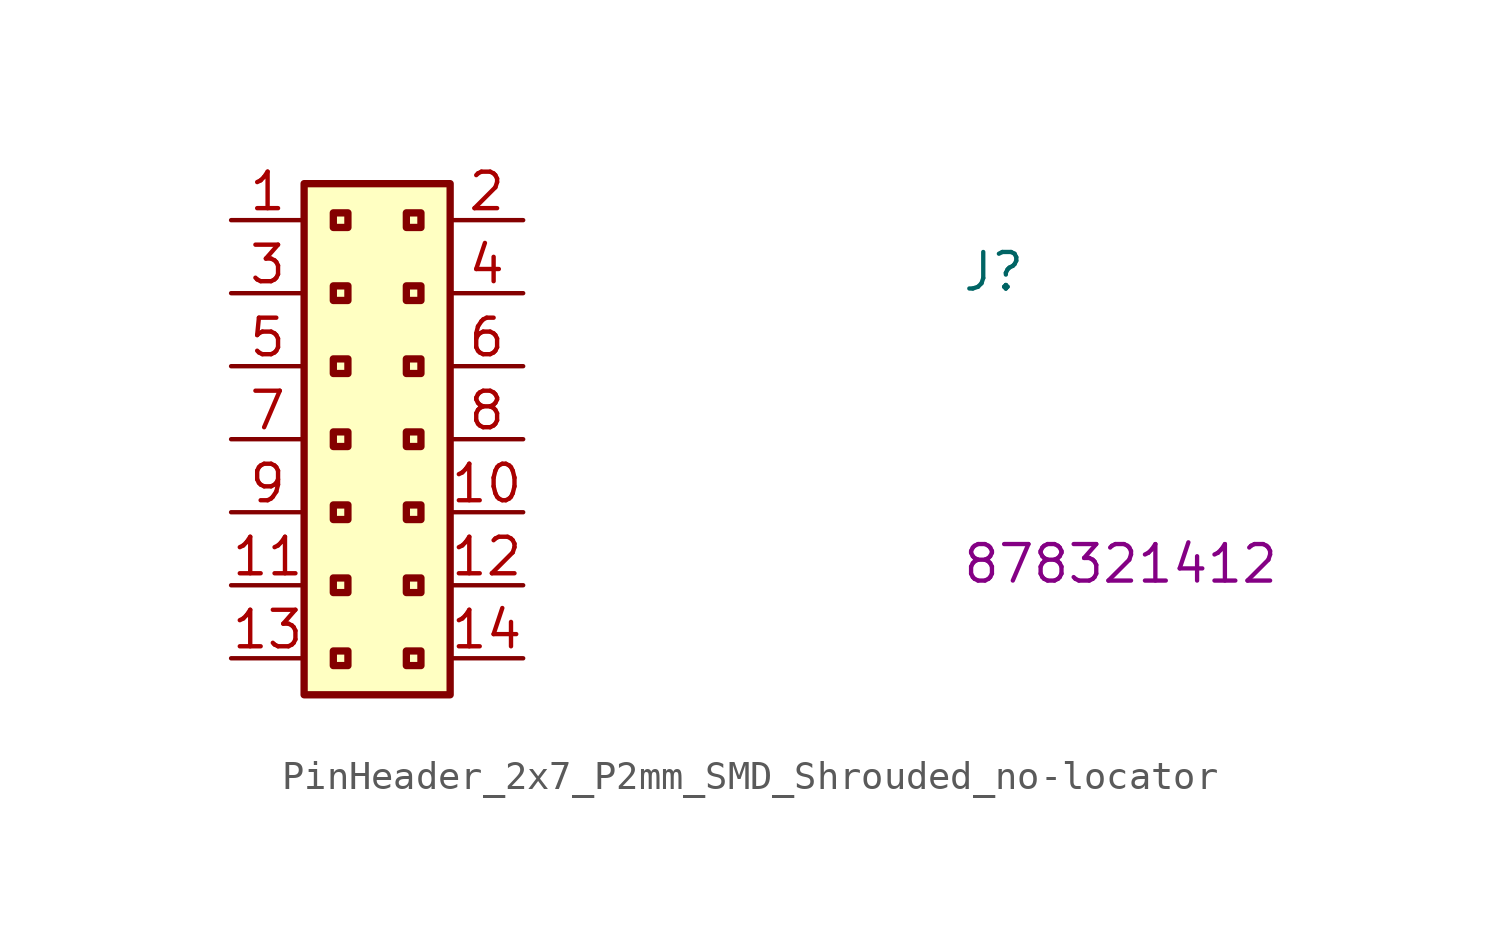
<source format=kicad_sym>
(kicad_symbol_lib
  (version 20211014)
  (generator kicad_symbol_editor)
  (symbol "PinHeader_2x7_P2mm_SMD_Shrouded_no-locator"
    (property "Reference" "J"
      (at 25.4 -2.54 0)
      (effects (font (size 1.27 1.27) (thickness 0.15)) (justify left bottom)))
    (property "MPN" "878321412"
      (at 25.4 -12.7 0)
      (effects (font (size 1.27 1.27) (thickness 0.15)) (justify left bottom)))
    (symbol "PinHeader_2x7_P2mm_SMD_Shrouded_no-locator_1_1"
      (rectangle (start 2.54 1.27) (end 7.62 -16.51) (stroke (width 0.254) (type default) (color 0 0 0 0)) (fill (type background)))
      (rectangle (start 3.556 -14.986) (end 4.064 -15.494) (stroke (width 0.254) (type default) (color 0 0 0 0)) (fill (type background)))
      (rectangle (start 3.556 -12.446) (end 4.064 -12.954) (stroke (width 0.254) (type default) (color 0 0 0 0)) (fill (type background)))
      (rectangle (start 3.556 -9.906) (end 4.064 -10.414) (stroke (width 0.254) (type default) (color 0 0 0 0)) (fill (type background)))
      (rectangle (start 3.556 -7.366) (end 4.064 -7.874) (stroke (width 0.254) (type default) (color 0 0 0 0)) (fill (type background)))
      (rectangle (start 3.556 -4.826) (end 4.064 -5.334) (stroke (width 0.254) (type default) (color 0 0 0 0)) (fill (type background)))
      (rectangle (start 3.556 -2.286) (end 4.064 -2.794) (stroke (width 0.254) (type default) (color 0 0 0 0)) (fill (type background)))
      (rectangle (start 3.556 0.254) (end 4.064 -0.254) (stroke (width 0.254) (type default) (color 0 0 0 0)) (fill (type background)))
      (rectangle (start 6.096 -14.986) (end 6.604 -15.494) (stroke (width 0.254) (type default) (color 0 0 0 0)) (fill (type background)))
      (rectangle (start 6.096 -12.446) (end 6.604 -12.954) (stroke (width 0.254) (type default) (color 0 0 0 0)) (fill (type background)))
      (rectangle (start 6.096 -9.906) (end 6.604 -10.414) (stroke (width 0.254) (type default) (color 0 0 0 0)) (fill (type background)))
      (rectangle (start 6.096 -7.366) (end 6.604 -7.874) (stroke (width 0.254) (type default) (color 0 0 0 0)) (fill (type background)))
      (rectangle (start 6.096 -4.826) (end 6.604 -5.334) (stroke (width 0.254) (type default) (color 0 0 0 0)) (fill (type background)))
      (rectangle (start 6.096 -2.286) (end 6.604 -2.794) (stroke (width 0.254) (type default) (color 0 0 0 0)) (fill (type background)))
      (rectangle (start 6.096 0.254) (end 6.604 -0.254) (stroke (width 0.254) (type default) (color 0 0 0 0)) (fill (type background)))
      (pin passive line (at 0 0 0) (length 2.54) (name "~" (effects (font (size 1.27 1.27)))) (number "1" (effects (font (size 1.27 1.27)))))
      (pin passive line (at 10.16 -10.16 180) (length 2.54) (name "~" (effects (font (size 1.27 1.27)))) (number "10" (effects (font (size 1.27 1.27)))))
      (pin passive line (at 0 -12.7 0) (length 2.54) (name "~" (effects (font (size 1.27 1.27)))) (number "11" (effects (font (size 1.27 1.27)))))
      (pin passive line (at 10.16 -12.7 180) (length 2.54) (name "~" (effects (font (size 1.27 1.27)))) (number "12" (effects (font (size 1.27 1.27)))))
      (pin passive line (at 0 -15.24 0) (length 2.54) (name "~" (effects (font (size 1.27 1.27)))) (number "13" (effects (font (size 1.27 1.27)))))
      (pin passive line (at 10.16 -15.24 180) (length 2.54) (name "~" (effects (font (size 1.27 1.27)))) (number "14" (effects (font (size 1.27 1.27)))))
      (pin passive line (at 10.16 0 180) (length 2.54) (name "~" (effects (font (size 1.27 1.27)))) (number "2" (effects (font (size 1.27 1.27)))))
      (pin passive line (at 0 -2.54 0) (length 2.54) (name "~" (effects (font (size 1.27 1.27)))) (number "3" (effects (font (size 1.27 1.27)))))
      (pin passive line (at 10.16 -2.54 180) (length 2.54) (name "~" (effects (font (size 1.27 1.27)))) (number "4" (effects (font (size 1.27 1.27)))))
      (pin passive line (at 0 -5.08 0) (length 2.54) (name "~" (effects (font (size 1.27 1.27)))) (number "5" (effects (font (size 1.27 1.27)))))
      (pin passive line (at 10.16 -5.08 180) (length 2.54) (name "~" (effects (font (size 1.27 1.27)))) (number "6" (effects (font (size 1.27 1.27)))))
      (pin passive line (at 0 -7.62 0) (length 2.54) (name "~" (effects (font (size 1.27 1.27)))) (number "7" (effects (font (size 1.27 1.27)))))
      (pin passive line (at 10.16 -7.62 180) (length 2.54) (name "~" (effects (font (size 1.27 1.27)))) (number "8" (effects (font (size 1.27 1.27)))))
      (pin passive line (at 0 -10.16 0) (length 2.54) (name "~" (effects (font (size 1.27 1.27)))) (number "9" (effects (font (size 1.27 1.27))))))))
</source>
